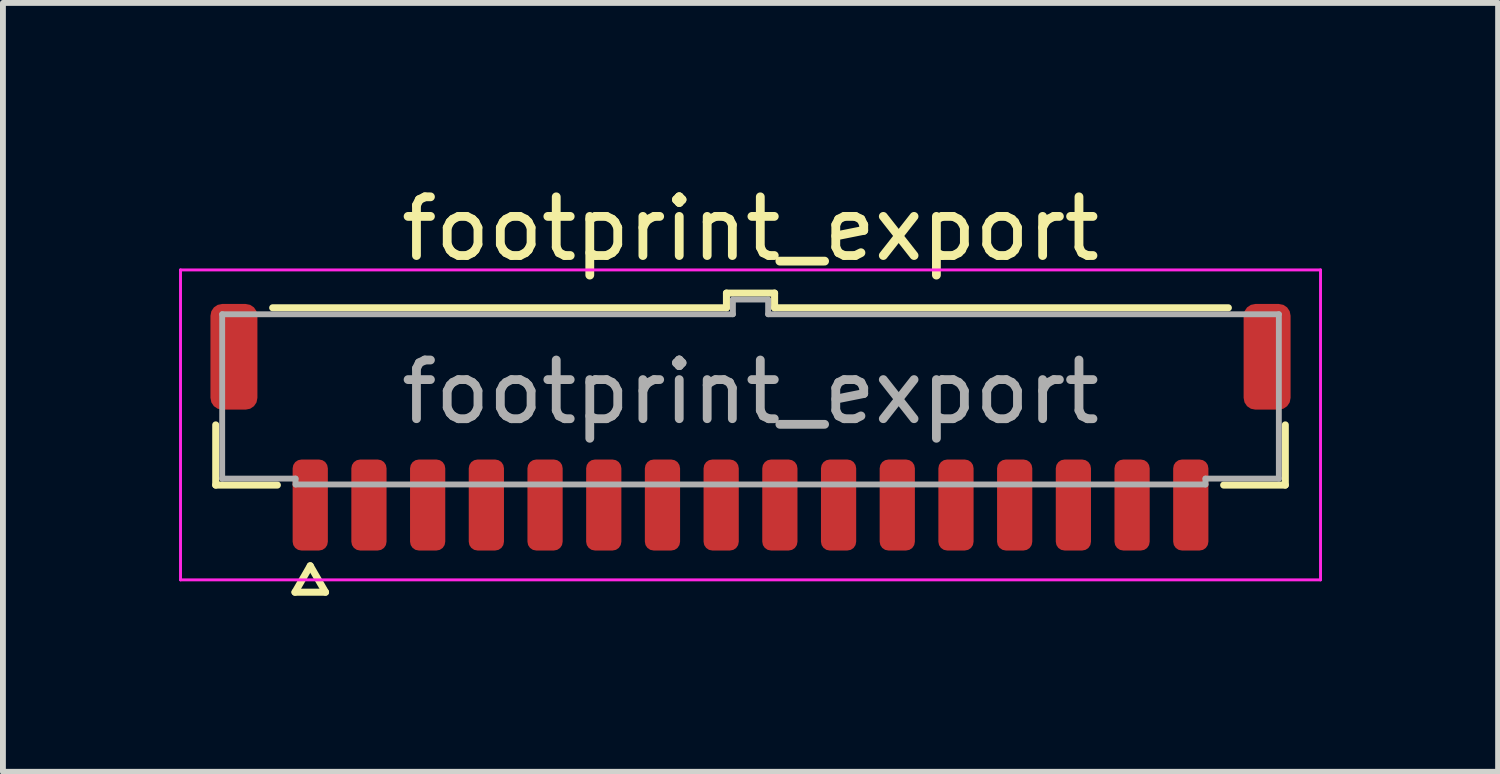
<source format=kicad_pcb>
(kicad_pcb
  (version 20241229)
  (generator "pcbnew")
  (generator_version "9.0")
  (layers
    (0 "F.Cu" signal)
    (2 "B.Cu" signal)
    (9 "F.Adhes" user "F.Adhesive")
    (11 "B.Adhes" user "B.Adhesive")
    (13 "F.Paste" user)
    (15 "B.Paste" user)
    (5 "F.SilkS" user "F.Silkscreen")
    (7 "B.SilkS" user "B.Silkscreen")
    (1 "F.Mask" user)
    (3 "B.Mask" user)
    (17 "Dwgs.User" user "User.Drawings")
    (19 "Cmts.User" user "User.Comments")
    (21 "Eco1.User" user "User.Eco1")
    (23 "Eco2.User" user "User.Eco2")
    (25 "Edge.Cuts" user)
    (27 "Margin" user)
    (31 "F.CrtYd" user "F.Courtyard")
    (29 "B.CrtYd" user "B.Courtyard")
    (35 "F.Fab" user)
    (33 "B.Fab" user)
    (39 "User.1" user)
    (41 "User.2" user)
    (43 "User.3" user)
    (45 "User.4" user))
  (footprint "footprint_export"
    (layer "F.Cu")
    (at 9.735 3.628)
    (property "Reference" "footprint_export" (at 0 -2.78 0) (layer "F.SilkS") (effects (font (size 1 1) (thickness 0.15))))
    (attr smd)
    (fp_line (start -9.11 1.585) (end -9.11 0.56) (stroke (width 0.12) (type solid)) (layer "F.SilkS"))
    (fp_line (start -8.14 -1.435) (end -0.41 -1.435) (stroke (width 0.12) (type solid)) (layer "F.SilkS"))
    (fp_line (start -8.06 1.585) (end -9.11 1.585) (stroke (width 0.12) (type solid)) (layer "F.SilkS"))
    (fp_line (start -7.76 3.41) (end -7.5 2.96) (stroke (width 0.12) (type solid)) (layer "F.SilkS"))
    (fp_line (start -7.5 2.96) (end -7.24 3.41) (stroke (width 0.12) (type solid)) (layer "F.SilkS"))
    (fp_line (start -7.24 3.41) (end -7.76 3.41) (stroke (width 0.12) (type solid)) (layer "F.SilkS"))
    (fp_line (start -0.41 -1.685) (end 0.41 -1.685) (stroke (width 0.12) (type solid)) (layer "F.SilkS"))
    (fp_line (start -0.41 -1.435) (end -0.41 -1.685) (stroke (width 0.12) (type solid)) (layer "F.SilkS"))
    (fp_line (start 0.41 -1.685) (end 0.41 -1.435) (stroke (width 0.12) (type solid)) (layer "F.SilkS"))
    (fp_line (start 0.41 -1.435) (end 8.14 -1.435) (stroke (width 0.12) (type solid)) (layer "F.SilkS"))
    (fp_line (start 9.11 0.56) (end 9.11 1.585) (stroke (width 0.12) (type solid)) (layer "F.SilkS"))
    (fp_line (start 9.11 1.585) (end 8.06 1.585) (stroke (width 0.12) (type solid)) (layer "F.SilkS"))
    (fp_line (start -9.71 -2.08) (end -9.71 3.2) (stroke (width 0.05) (type solid)) (layer "F.CrtYd"))
    (fp_line (start -9.71 3.2) (end 9.71 3.2) (stroke (width 0.05) (type solid)) (layer "F.CrtYd"))
    (fp_line (start 9.71 -2.08) (end -9.71 -2.08) (stroke (width 0.05) (type solid)) (layer "F.CrtYd"))
    (fp_line (start 9.71 3.2) (end 9.71 -2.08) (stroke (width 0.05) (type solid)) (layer "F.CrtYd"))
    (fp_line (start -9 -1.325) (end -0.3 -1.325) (stroke (width 0.1) (type solid)) (layer "F.Fab"))
    (fp_line (start -9 1.475) (end -9 -1.325) (stroke (width 0.1) (type solid)) (layer "F.Fab"))
    (fp_line (start -7.75 1.475) (end -9 1.475) (stroke (width 0.1) (type solid)) (layer "F.Fab"))
    (fp_line (start -7.75 1.575) (end -7.75 1.475) (stroke (width 0.1) (type solid)) (layer "F.Fab"))
    (fp_line (start -0.3 -1.575) (end 0.3 -1.575) (stroke (width 0.1) (type solid)) (layer "F.Fab"))
    (fp_line (start -0.3 -1.325) (end -0.3 -1.575) (stroke (width 0.1) (type solid)) (layer "F.Fab"))
    (fp_line (start 0.3 -1.575) (end 0.3 -1.325) (stroke (width 0.1) (type solid)) (layer "F.Fab"))
    (fp_line (start 0.3 -1.325) (end 9 -1.325) (stroke (width 0.1) (type solid)) (layer "F.Fab"))
    (fp_line (start 7.75 1.475) (end 7.75 1.575) (stroke (width 0.1) (type solid)) (layer "F.Fab"))
    (fp_line (start 7.75 1.575) (end -7.75 1.575) (stroke (width 0.1) (type solid)) (layer "F.Fab"))
    (fp_line (start 9 -1.325) (end 9 1.475) (stroke (width 0.1) (type solid)) (layer "F.Fab"))
    (fp_line (start 9 1.475) (end 7.75 1.475) (stroke (width 0.1) (type solid)) (layer "F.Fab"))
    (fp_text user "${REFERENCE}" (at 0 0 0) (layer "F.Fab") (effects (font (size 1 1) (thickness 0.15))))
    (pad "1" smd roundrect (at -7.5 1.925) (size 0.6 1.55) (layers "F.Cu" "F.Mask" "F.Paste") (roundrect_rratio 0.25))
    (pad "2" smd roundrect (at -6.5 1.925) (size 0.6 1.55) (layers "F.Cu" "F.Mask" "F.Paste") (roundrect_rratio 0.25))
    (pad "3" smd roundrect (at -5.5 1.925) (size 0.6 1.55) (layers "F.Cu" "F.Mask" "F.Paste") (roundrect_rratio 0.25))
    (pad "4" smd roundrect (at -4.5 1.925) (size 0.6 1.55) (layers "F.Cu" "F.Mask" "F.Paste") (roundrect_rratio 0.25))
    (pad "5" smd roundrect (at -3.5 1.925) (size 0.6 1.55) (layers "F.Cu" "F.Mask" "F.Paste") (roundrect_rratio 0.25))
    (pad "6" smd roundrect (at -2.5 1.925) (size 0.6 1.55) (layers "F.Cu" "F.Mask" "F.Paste") (roundrect_rratio 0.25))
    (pad "7" smd roundrect (at -1.5 1.925) (size 0.6 1.55) (layers "F.Cu" "F.Mask" "F.Paste") (roundrect_rratio 0.25))
    (pad "8" smd roundrect (at -0.5 1.925) (size 0.6 1.55) (layers "F.Cu" "F.Mask" "F.Paste") (roundrect_rratio 0.25))
    (pad "9" smd roundrect (at 0.5 1.925) (size 0.6 1.55) (layers "F.Cu" "F.Mask" "F.Paste") (roundrect_rratio 0.25))
    (pad "10" smd roundrect (at 1.5 1.925) (size 0.6 1.55) (layers "F.Cu" "F.Mask" "F.Paste") (roundrect_rratio 0.25))
    (pad "11" smd roundrect (at 2.5 1.925) (size 0.6 1.55) (layers "F.Cu" "F.Mask" "F.Paste") (roundrect_rratio 0.25))
    (pad "12" smd roundrect (at 3.5 1.925) (size 0.6 1.55) (layers "F.Cu" "F.Mask" "F.Paste") (roundrect_rratio 0.25))
    (pad "13" smd roundrect (at 4.5 1.925) (size 0.6 1.55) (layers "F.Cu" "F.Mask" "F.Paste") (roundrect_rratio 0.25))
    (pad "14" smd roundrect (at 5.5 1.925) (size 0.6 1.55) (layers "F.Cu" "F.Mask" "F.Paste") (roundrect_rratio 0.25))
    (pad "15" smd roundrect (at 6.5 1.925) (size 0.6 1.55) (layers "F.Cu" "F.Mask" "F.Paste") (roundrect_rratio 0.25))
    (pad "16" smd roundrect (at 7.5 1.925) (size 0.6 1.55) (layers "F.Cu" "F.Mask" "F.Paste") (roundrect_rratio 0.25))
    (pad "MP" smd roundrect (at -8.8 -0.6) (size 0.8 1.8) (layers "F.Cu" "F.Mask" "F.Paste") (roundrect_rratio 0.25))
    (pad "MP" smd roundrect (at 8.8 -0.6) (size 0.8 1.8) (layers "F.Cu" "F.Mask" "F.Paste") (roundrect_rratio 0.25)))
  (gr_rect
    (start -3 -3)
    (end 22.47 10.098)
    (stroke (width 0.1) (type default))
    (fill no)
    (layer "Edge.Cuts")))
</source>
